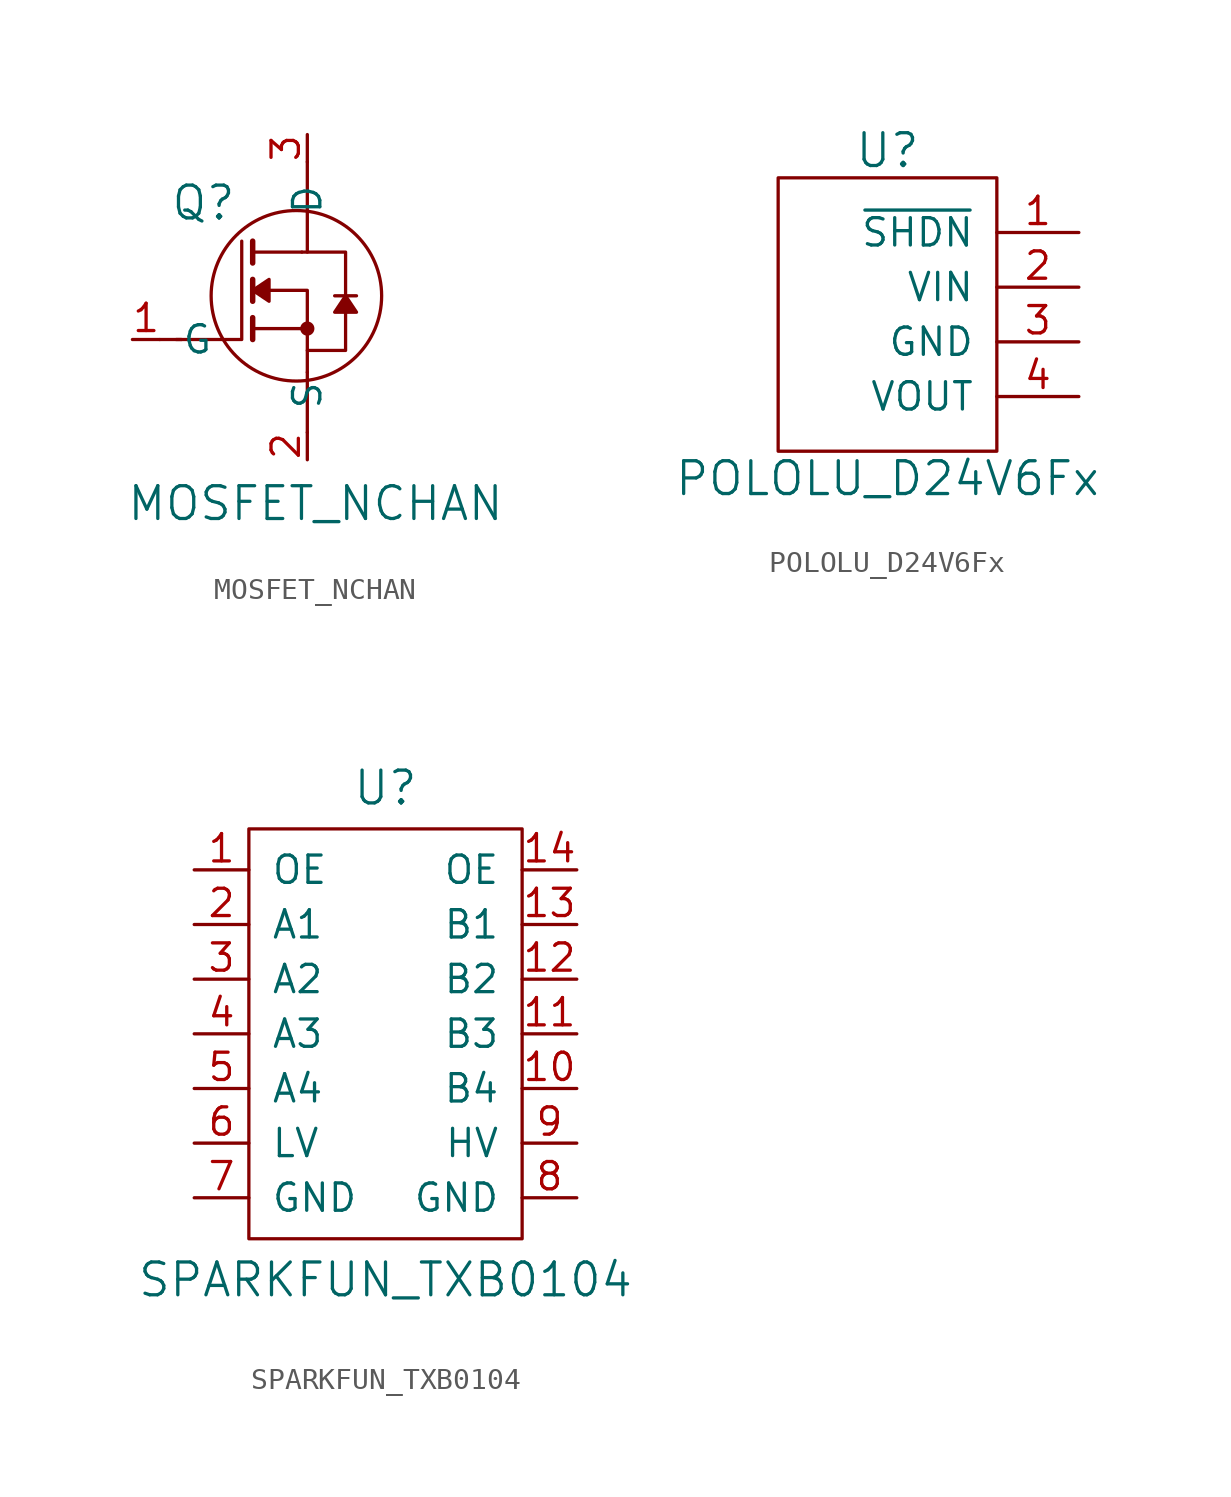
<source format=kicad_sym>
(kicad_symbol_lib
  (version 20220914)
  (generator kicad_symbol_editor)
  (symbol "MOSFET_NCHAN"
    (pin_names
      (offset 1.016))
    (property "Reference" "Q"
      (at -4.826 6.35 0)
      (effects (font (size 1.524 1.524))))
    (property "Value" "MOSFET_NCHAN"
      (at 0.381 -7.62 0)
      (effects (font (size 1.524 1.524))))
    (property "Footprint" ""
      (at 0 2.286 0)
      (effects (font (size 1.524 1.524))))
    (property "Datasheet" ""
      (at 0 2.286 0)
      (effects (font (size 1.524 1.524))))
    (symbol "MOSFET_NCHAN_0_1"
      (circle (center -0.508 2.032) (radius 3.962) (stroke (width 0) (type solid)) (fill (type none)))
      (polyline (pts (xy -6.858 0) (xy -5.842 0)) (stroke (width 0) (type solid)) (fill (type none)))
      (polyline (pts (xy -2.54 0) (xy -2.54 1.016)) (stroke (width 0.254) (type solid)) (fill (type none)))
      (polyline (pts (xy -2.54 1.778) (xy -2.54 2.794)) (stroke (width 0.254) (type solid)) (fill (type none)))
      (polyline (pts (xy -2.54 3.556) (xy -2.54 4.572)) (stroke (width 0.254) (type solid)) (fill (type none)))
      (polyline (pts (xy -0.254 4.064) (xy -2.54 4.064)) (stroke (width 0) (type solid)) (fill (type none)))
      (polyline (pts (xy 0 -4.318) (xy 0 -1.524)) (stroke (width 0) (type solid)) (fill (type none)))
      (polyline (pts (xy 0 0.508) (xy 0 -1.524)) (stroke (width 0) (type solid)) (fill (type none)))
      (polyline (pts (xy 0 8.255) (xy 0 4.064)) (stroke (width 0) (type solid)) (fill (type none)))
      (polyline (pts (xy 1.27 2.032) (xy 2.286 2.032)) (stroke (width 0) (type solid)) (fill (type none)))
      (polyline (pts (xy -6.096 0) (xy -3.048 0) (xy -3.048 4.572)) (stroke (width 0) (type solid)) (fill (type none)))
      (polyline (pts (xy -2.54 0.508) (xy 0 0.508) (xy 0 2.286) (xy -1.778 2.286)) (stroke (width 0) (type solid)) (fill (type none)))
      (polyline (pts (xy -2.54 2.286) (xy -1.778 2.794) (xy -1.778 1.778) (xy -2.54 2.286)) (stroke (width 0) (type solid)) (fill (type outline)))
      (polyline (pts (xy 0 -0.508) (xy 1.778 -0.508) (xy 1.778 4.064) (xy -0.254 4.064)) (stroke (width 0) (type solid)) (fill (type none)))
      (polyline (pts (xy 1.778 2.032) (xy 1.27 1.27) (xy 2.286 1.27) (xy 1.778 2.032)) (stroke (width 0) (type solid)) (fill (type outline)))
      (circle (center 0 0.508) (radius 0.254) (stroke (width 0) (type solid)) (fill (type outline))))
    (symbol "MOSFET_NCHAN_1_1"
      (pin input line (at -8.128 0 0) (length 1.27) (name "G" (effects (font (size 1.27 1.27)))) (number "1" (effects (font (size 1.27 1.27)))))
      (pin input line (at 0 -5.588 90) (length 1.27) (name "S" (effects (font (size 1.27 1.27)))) (number "2" (effects (font (size 1.27 1.27)))))
      (pin input line (at 0 9.525 270) (length 1.27) (name "D" (effects (font (size 1.27 1.27)))) (number "3" (effects (font (size 1.27 1.27)))))))
  (symbol "POLOLU_D24V6Fx"
    (pin_names
      (offset 1.016))
    (property "Reference" "U"
      (at 0 7.62 0)
      (effects (font (size 1.524 1.524))))
    (property "Value" "POLOLU_D24V6Fx"
      (at 0 -7.62 0)
      (effects (font (size 1.524 1.524))))
    (property "Footprint" ""
      (at -3.81 -3.81 0)
      (effects (font (size 1.524 1.524))))
    (property "Datasheet" ""
      (at -3.81 -3.81 0)
      (effects (font (size 1.524 1.524))))
    (symbol "POLOLU_D24V6Fx_0_1"
      (rectangle (start 5.08 6.35) (end -5.08 -6.35) (stroke (width 0) (type solid)) (fill (type none))))
    (symbol "POLOLU_D24V6Fx_1_1"
      (pin input line (at 8.89 3.81 180) (length 3.81) (name "~{SHDN}" (effects (font (size 1.27 1.27)))) (number "1" (effects (font (size 1.27 1.27)))))
      (pin power_in line (at 8.89 1.27 180) (length 3.81) (name "VIN" (effects (font (size 1.27 1.27)))) (number "2" (effects (font (size 1.27 1.27)))))
      (pin power_in line (at 8.89 -1.27 180) (length 3.81) (name "GND" (effects (font (size 1.27 1.27)))) (number "3" (effects (font (size 1.27 1.27)))))
      (pin power_out line (at 8.89 -3.81 180) (length 3.81) (name "VOUT" (effects (font (size 1.27 1.27)))) (number "4" (effects (font (size 1.27 1.27)))))))
  (symbol "SPARKFUN_TXB0104"
    (pin_names
      (offset 1.016))
    (property "Reference" "U"
      (at 0 11.43 0)
      (effects (font (size 1.524 1.524))))
    (property "Value" "SPARKFUN_TXB0104"
      (at 0 -11.43 0)
      (effects (font (size 1.524 1.524))))
    (property "Footprint" ""
      (at -1.27 0 0)
      (effects (font (size 1.524 1.524))))
    (property "Datasheet" ""
      (at -1.27 0 0)
      (effects (font (size 1.524 1.524))))
    (symbol "SPARKFUN_TXB0104_0_1"
      (rectangle (start -6.35 9.525) (end 6.35 -9.525) (stroke (width 0) (type solid)) (fill (type none))))
    (symbol "SPARKFUN_TXB0104_1_1"
      (pin passive line (at -8.89 7.62 0) (length 2.54) (name "OE" (effects (font (size 1.27 1.27)))) (number "1" (effects (font (size 1.27 1.27)))))
      (pin input line (at 8.89 -2.54 180) (length 2.54) (name "B4" (effects (font (size 1.27 1.27)))) (number "10" (effects (font (size 1.27 1.27)))))
      (pin bidirectional line (at 8.89 0 180) (length 2.54) (name "B3" (effects (font (size 1.27 1.27)))) (number "11" (effects (font (size 1.27 1.27)))))
      (pin bidirectional line (at 8.89 2.54 180) (length 2.54) (name "B2" (effects (font (size 1.27 1.27)))) (number "12" (effects (font (size 1.27 1.27)))))
      (pin bidirectional line (at 8.89 5.08 180) (length 2.54) (name "B1" (effects (font (size 1.27 1.27)))) (number "13" (effects (font (size 1.27 1.27)))))
      (pin passive line (at 8.89 7.62 180) (length 2.54) (name "OE" (effects (font (size 1.27 1.27)))) (number "14" (effects (font (size 1.27 1.27)))))
      (pin bidirectional line (at -8.89 5.08 0) (length 2.54) (name "A1" (effects (font (size 1.27 1.27)))) (number "2" (effects (font (size 1.27 1.27)))))
      (pin bidirectional line (at -8.89 2.54 0) (length 2.54) (name "A2" (effects (font (size 1.27 1.27)))) (number "3" (effects (font (size 1.27 1.27)))))
      (pin input line (at -8.89 0 0) (length 2.54) (name "A3" (effects (font (size 1.27 1.27)))) (number "4" (effects (font (size 1.27 1.27)))))
      (pin bidirectional line (at -8.89 -2.54 0) (length 2.54) (name "A4" (effects (font (size 1.27 1.27)))) (number "5" (effects (font (size 1.27 1.27)))))
      (pin power_in line (at -8.89 -5.08 0) (length 2.54) (name "LV" (effects (font (size 1.27 1.27)))) (number "6" (effects (font (size 1.27 1.27)))))
      (pin power_in line (at -8.89 -7.62 0) (length 2.54) (name "GND" (effects (font (size 1.27 1.27)))) (number "7" (effects (font (size 1.27 1.27)))))
      (pin power_in line (at 8.89 -7.62 180) (length 2.54) (name "GND" (effects (font (size 1.27 1.27)))) (number "8" (effects (font (size 1.27 1.27)))))
      (pin power_in line (at 8.89 -5.08 180) (length 2.54) (name "HV" (effects (font (size 1.27 1.27)))) (number "9" (effects (font (size 1.27 1.27))))))))
</source>
